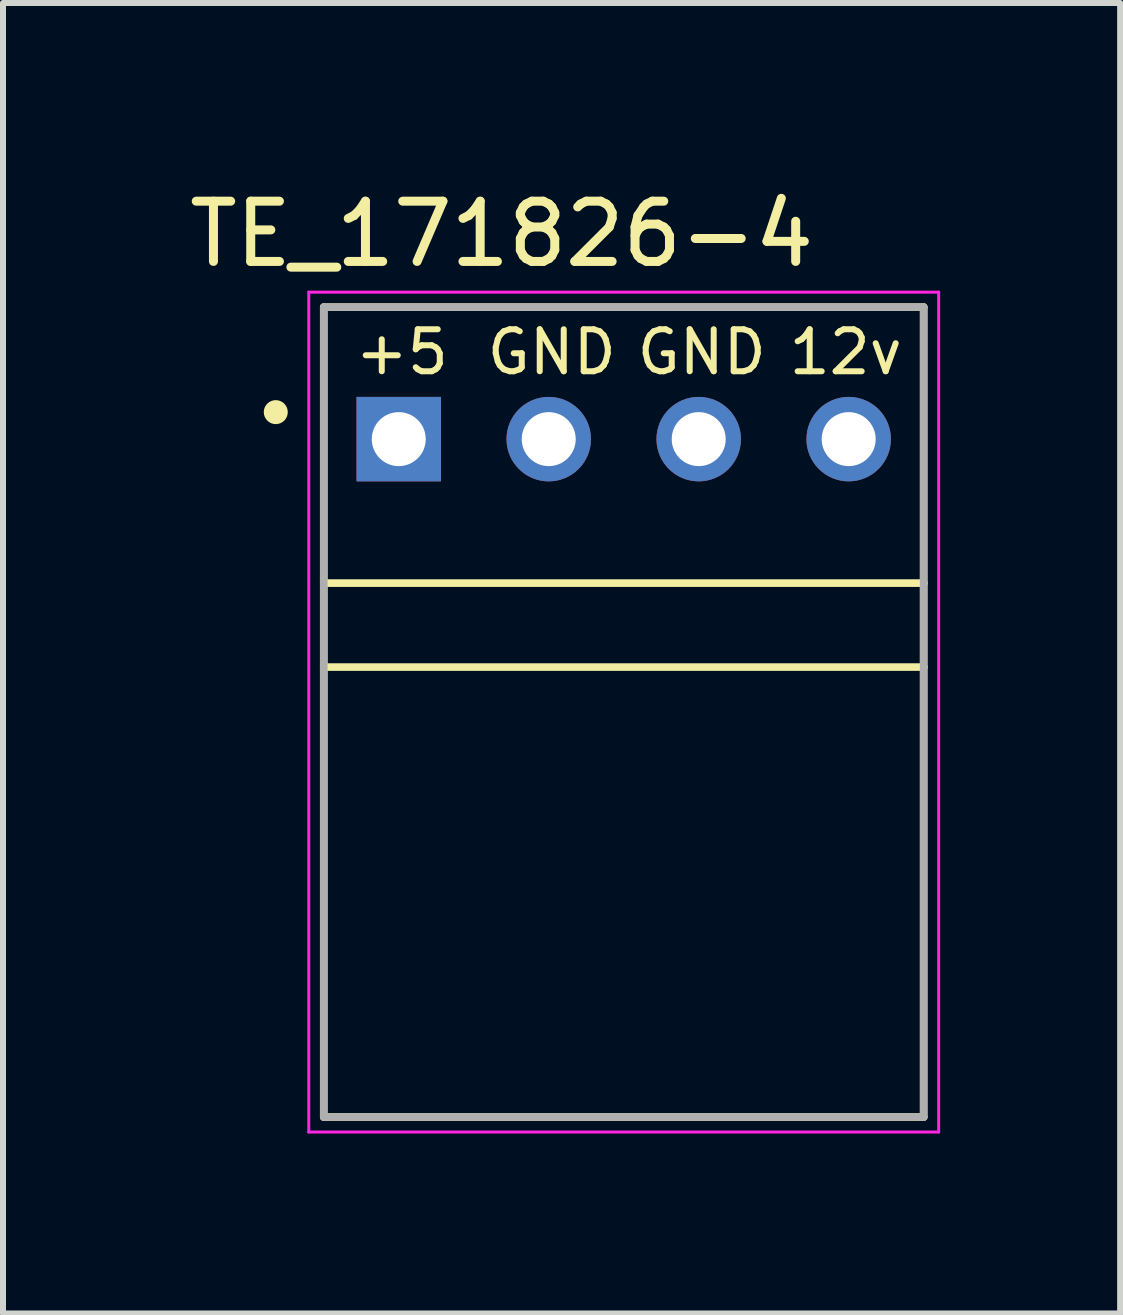
<source format=kicad_pcb>
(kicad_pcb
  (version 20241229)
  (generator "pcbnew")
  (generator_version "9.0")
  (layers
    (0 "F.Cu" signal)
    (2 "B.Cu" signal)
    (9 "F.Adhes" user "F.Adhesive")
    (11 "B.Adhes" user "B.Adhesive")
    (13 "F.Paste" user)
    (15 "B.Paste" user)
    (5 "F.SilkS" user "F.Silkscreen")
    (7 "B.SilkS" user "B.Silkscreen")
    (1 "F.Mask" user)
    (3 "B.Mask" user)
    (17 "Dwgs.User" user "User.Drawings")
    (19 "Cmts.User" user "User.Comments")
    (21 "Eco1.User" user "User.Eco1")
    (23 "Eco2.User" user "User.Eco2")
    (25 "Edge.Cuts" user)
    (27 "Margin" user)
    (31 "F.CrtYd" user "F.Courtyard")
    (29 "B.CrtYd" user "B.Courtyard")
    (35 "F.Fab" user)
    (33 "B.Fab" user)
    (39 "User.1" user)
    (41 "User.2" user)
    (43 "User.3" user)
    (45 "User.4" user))
  (footprint "TE_171826-4"
    (layer "F.Cu")
    (at 7.347 8.82)
    (property "Reference" "TE_171826-4" (at -2.034 -7.969 0) (layer "F.SilkS") (effects (font (size 1.004 1.004) (thickness 0.15))))
    (attr through_hole)
    (fp_line (start -5 -6.75) (end 5 -6.75) (stroke (width 0.127) (type solid)) (layer "F.SilkS"))
    (fp_line (start -5 -2.15) (end -5 -6.75) (stroke (width 0.127) (type solid)) (layer "F.SilkS"))
    (fp_line (start -5 -2.15) (end 5 -2.15) (stroke (width 0.127) (type solid)) (layer "F.SilkS"))
    (fp_line (start -5 -0.75) (end -5 -2.15) (stroke (width 0.127) (type solid)) (layer "F.SilkS"))
    (fp_line (start -5 -0.75) (end 5 -0.75) (stroke (width 0.127) (type solid)) (layer "F.SilkS"))
    (fp_line (start -5 6.75) (end -5 -0.75) (stroke (width 0.127) (type solid)) (layer "F.SilkS"))
    (fp_line (start 5 -6.75) (end 5 -2.15) (stroke (width 0.127) (type solid)) (layer "F.SilkS"))
    (fp_line (start 5 -2.15) (end 5 -0.75) (stroke (width 0.127) (type solid)) (layer "F.SilkS"))
    (fp_line (start 5 -0.75) (end 5 6.75) (stroke (width 0.127) (type solid)) (layer "F.SilkS"))
    (fp_line (start 5 6.75) (end -5 6.75) (stroke (width 0.127) (type solid)) (layer "F.SilkS"))
    (fp_circle (center -5.8 -5) (end -5.7 -5) (stroke (width 0.2) (type solid)) (fill no) (layer "F.SilkS"))
    (fp_line (start -5.25 -7) (end 5.25 -7) (stroke (width 0.05) (type solid)) (layer "F.CrtYd"))
    (fp_line (start -5.25 7) (end -5.25 -7) (stroke (width 0.05) (type solid)) (layer "F.CrtYd"))
    (fp_line (start 5.25 -7) (end 5.25 7) (stroke (width 0.05) (type solid)) (layer "F.CrtYd"))
    (fp_line (start 5.25 7) (end -5.25 7) (stroke (width 0.05) (type solid)) (layer "F.CrtYd"))
    (fp_line (start -5 -6.75) (end 5 -6.75) (stroke (width 0.127) (type solid)) (layer "F.Fab"))
    (fp_line (start -5 6.75) (end -5 -6.75) (stroke (width 0.127) (type solid)) (layer "F.Fab"))
    (fp_line (start 5 6.75) (end -5 6.75) (stroke (width 0.127) (type solid)) (layer "F.Fab"))
    (fp_line (start 5 6.75) (end 5 -6.75) (stroke (width 0.127) (type solid)) (layer "F.Fab"))
    (fp_text user "GND" (at -1.2 -6 0) (unlocked yes) (layer "F.SilkS") (effects (font (size 0.7 0.7) (thickness 0.1))))
    (fp_text user "GND" (at 1.3 -6 0) (unlocked yes) (layer "F.SilkS") (effects (font (size 0.7 0.7) (thickness 0.1))))
    (fp_text user "12v" (at 3.7 -6 0) (unlocked yes) (layer "F.SilkS") (effects (font (size 0.7 0.7) (thickness 0.1))))
    (fp_text user "+5" (at -3.7 -6 0) (unlocked yes) (layer "F.SilkS") (effects (font (size 0.7 0.7) (thickness 0.1))))
    (pad "1" thru_hole rect (at -3.75 -4.55) (size 1.408 1.408) (drill 0.9) (layers "*.Cu" "*.Mask"))
    (pad "2" thru_hole circle (at -1.25 -4.55) (size 1.408 1.408) (drill 0.9) (layers "*.Cu" "*.Mask"))
    (pad "3" thru_hole circle (at 1.25 -4.55) (size 1.408 1.408) (drill 0.9) (layers "*.Cu" "*.Mask"))
    (pad "4" thru_hole circle (at 3.75 -4.55) (size 1.408 1.408) (drill 0.9) (layers "*.Cu" "*.Mask")))
  (gr_rect
    (start -3 -3)
    (end 15.622 18.845)
    (stroke (width 0.1) (type default))
    (fill no)
    (layer "Edge.Cuts")))
</source>
